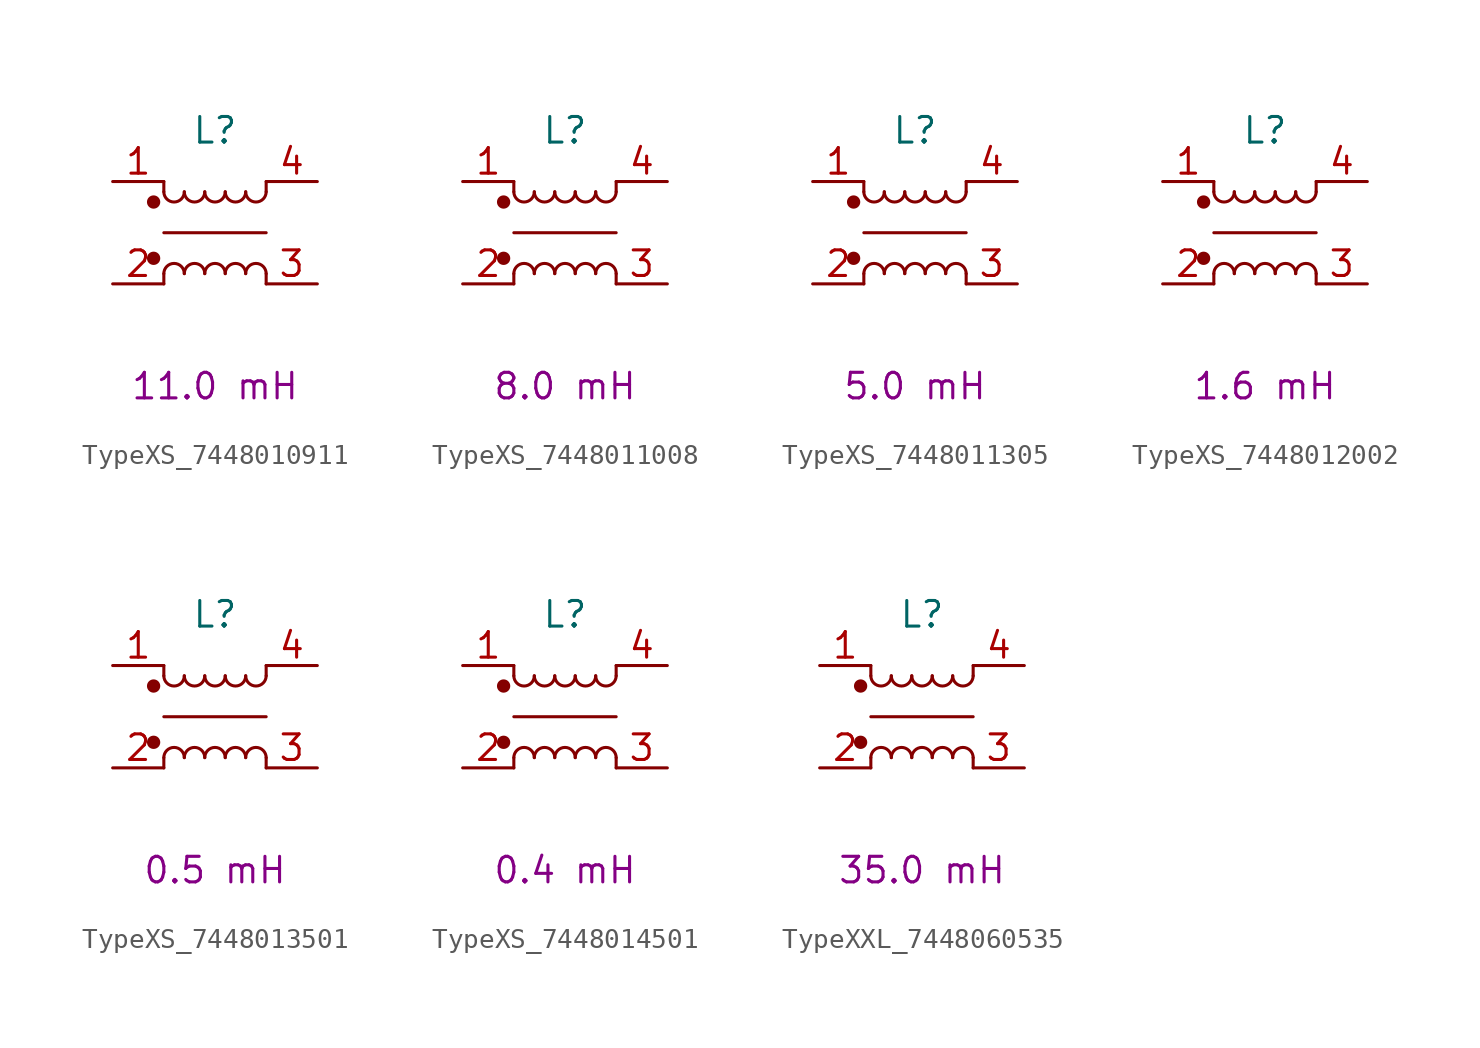
<source format=kicad_sym>
(kicad_symbol_lib
  (version 20220914)
  (generator kicad_symbol_editor)
  (symbol "TypeXS_7448010911"
    (pin_names hide)
    (property "Reference" "L"
      (at 0 5.08 0)
      (effects (font (size 1.27 1.27))))
    (property "Critical Parameter" "11.0 mH"
      (at 0 -7.62 0)
      (effects (font (size 1.27 1.27))))
    (symbol "TypeXS_7448010911_0_1"
      (circle (center -3.048 -1.27) (radius 0.254) (stroke (width 0) (type default)) (fill (type outline)))
      (circle (center -3.048 1.524) (radius 0.254) (stroke (width 0) (type default)) (fill (type outline)))
      (arc (start -2.54 2.032) (mid -2.032 1.5262) (end -1.524 2.032) (stroke (width 0) (type default)) (fill (type none)))
      (arc (start -1.524 -2.032) (mid -2.032 -1.5262) (end -2.54 -2.032) (stroke (width 0) (type default)) (fill (type none)))
      (arc (start -1.524 2.032) (mid -1.016 1.5262) (end -0.508 2.032) (stroke (width 0) (type default)) (fill (type none)))
      (arc (start -0.508 -2.032) (mid -1.016 -1.5262) (end -1.524 -2.032) (stroke (width 0) (type default)) (fill (type none)))
      (arc (start -0.508 2.032) (mid 0 1.5262) (end 0.508 2.032) (stroke (width 0) (type default)) (fill (type none)))
      (polyline (pts (xy -2.54 -2.032) (xy -2.54 -2.54)) (stroke (width 0) (type default)) (fill (type none)))
      (polyline (pts (xy -2.54 2.032) (xy -2.54 2.54)) (stroke (width 0) (type default)) (fill (type none)))
      (polyline (pts (xy 2.54 -2.032) (xy 2.54 -2.54)) (stroke (width 0) (type default)) (fill (type none)))
      (polyline (pts (xy 2.54 0) (xy -2.54 0)) (stroke (width 0) (type default)) (fill (type none)))
      (polyline (pts (xy 2.54 2.54) (xy 2.54 2.032)) (stroke (width 0) (type default)) (fill (type none)))
      (arc (start 0.508 -2.032) (mid 0 -1.5262) (end -0.508 -2.032) (stroke (width 0) (type default)) (fill (type none)))
      (arc (start 0.508 2.032) (mid 1.016 1.5262) (end 1.524 2.032) (stroke (width 0) (type default)) (fill (type none)))
      (arc (start 1.524 -2.032) (mid 1.016 -1.5262) (end 0.508 -2.032) (stroke (width 0) (type default)) (fill (type none)))
      (arc (start 1.524 2.032) (mid 2.032 1.5262) (end 2.54 2.032) (stroke (width 0) (type default)) (fill (type none)))
      (arc (start 2.54 -2.032) (mid 2.032 -1.5262) (end 1.524 -2.032) (stroke (width 0) (type default)) (fill (type none))))
    (symbol "TypeXS_7448010911_1_1"
      (pin passive line (at -5.08 2.54 0) (length 2.54) (name "1" (effects (font (size 1.27 1.27)))) (number "1" (effects (font (size 1.27 1.27)))))
      (pin passive line (at -5.08 -2.54 0) (length 2.54) (name "2" (effects (font (size 1.27 1.27)))) (number "2" (effects (font (size 1.27 1.27)))))
      (pin passive line (at 5.08 -2.54 180) (length 2.54) (name "3" (effects (font (size 1.27 1.27)))) (number "3" (effects (font (size 1.27 1.27)))))
      (pin passive line (at 5.08 2.54 180) (length 2.54) (name "4" (effects (font (size 1.27 1.27)))) (number "4" (effects (font (size 1.27 1.27)))))))
  (symbol "TypeXS_7448011008"
    (pin_names hide)
    (property "Reference" "L"
      (at 0 5.08 0)
      (effects (font (size 1.27 1.27))))
    (property "Critical Parameter" "8.0 mH"
      (at 0 -7.62 0)
      (effects (font (size 1.27 1.27))))
    (symbol "TypeXS_7448011008_0_1"
      (circle (center -3.048 -1.27) (radius 0.254) (stroke (width 0) (type default)) (fill (type outline)))
      (circle (center -3.048 1.524) (radius 0.254) (stroke (width 0) (type default)) (fill (type outline)))
      (arc (start -2.54 2.032) (mid -2.032 1.5262) (end -1.524 2.032) (stroke (width 0) (type default)) (fill (type none)))
      (arc (start -1.524 -2.032) (mid -2.032 -1.5262) (end -2.54 -2.032) (stroke (width 0) (type default)) (fill (type none)))
      (arc (start -1.524 2.032) (mid -1.016 1.5262) (end -0.508 2.032) (stroke (width 0) (type default)) (fill (type none)))
      (arc (start -0.508 -2.032) (mid -1.016 -1.5262) (end -1.524 -2.032) (stroke (width 0) (type default)) (fill (type none)))
      (arc (start -0.508 2.032) (mid 0 1.5262) (end 0.508 2.032) (stroke (width 0) (type default)) (fill (type none)))
      (polyline (pts (xy -2.54 -2.032) (xy -2.54 -2.54)) (stroke (width 0) (type default)) (fill (type none)))
      (polyline (pts (xy -2.54 2.032) (xy -2.54 2.54)) (stroke (width 0) (type default)) (fill (type none)))
      (polyline (pts (xy 2.54 -2.032) (xy 2.54 -2.54)) (stroke (width 0) (type default)) (fill (type none)))
      (polyline (pts (xy 2.54 0) (xy -2.54 0)) (stroke (width 0) (type default)) (fill (type none)))
      (polyline (pts (xy 2.54 2.54) (xy 2.54 2.032)) (stroke (width 0) (type default)) (fill (type none)))
      (arc (start 0.508 -2.032) (mid 0 -1.5262) (end -0.508 -2.032) (stroke (width 0) (type default)) (fill (type none)))
      (arc (start 0.508 2.032) (mid 1.016 1.5262) (end 1.524 2.032) (stroke (width 0) (type default)) (fill (type none)))
      (arc (start 1.524 -2.032) (mid 1.016 -1.5262) (end 0.508 -2.032) (stroke (width 0) (type default)) (fill (type none)))
      (arc (start 1.524 2.032) (mid 2.032 1.5262) (end 2.54 2.032) (stroke (width 0) (type default)) (fill (type none)))
      (arc (start 2.54 -2.032) (mid 2.032 -1.5262) (end 1.524 -2.032) (stroke (width 0) (type default)) (fill (type none))))
    (symbol "TypeXS_7448011008_1_1"
      (pin passive line (at -5.08 2.54 0) (length 2.54) (name "1" (effects (font (size 1.27 1.27)))) (number "1" (effects (font (size 1.27 1.27)))))
      (pin passive line (at -5.08 -2.54 0) (length 2.54) (name "2" (effects (font (size 1.27 1.27)))) (number "2" (effects (font (size 1.27 1.27)))))
      (pin passive line (at 5.08 -2.54 180) (length 2.54) (name "3" (effects (font (size 1.27 1.27)))) (number "3" (effects (font (size 1.27 1.27)))))
      (pin passive line (at 5.08 2.54 180) (length 2.54) (name "4" (effects (font (size 1.27 1.27)))) (number "4" (effects (font (size 1.27 1.27)))))))
  (symbol "TypeXS_7448011305"
    (pin_names hide)
    (property "Reference" "L"
      (at 0 5.08 0)
      (effects (font (size 1.27 1.27))))
    (property "Critical Parameter" "5.0 mH"
      (at 0 -7.62 0)
      (effects (font (size 1.27 1.27))))
    (symbol "TypeXS_7448011305_0_1"
      (circle (center -3.048 -1.27) (radius 0.254) (stroke (width 0) (type default)) (fill (type outline)))
      (circle (center -3.048 1.524) (radius 0.254) (stroke (width 0) (type default)) (fill (type outline)))
      (arc (start -2.54 2.032) (mid -2.032 1.5262) (end -1.524 2.032) (stroke (width 0) (type default)) (fill (type none)))
      (arc (start -1.524 -2.032) (mid -2.032 -1.5262) (end -2.54 -2.032) (stroke (width 0) (type default)) (fill (type none)))
      (arc (start -1.524 2.032) (mid -1.016 1.5262) (end -0.508 2.032) (stroke (width 0) (type default)) (fill (type none)))
      (arc (start -0.508 -2.032) (mid -1.016 -1.5262) (end -1.524 -2.032) (stroke (width 0) (type default)) (fill (type none)))
      (arc (start -0.508 2.032) (mid 0 1.5262) (end 0.508 2.032) (stroke (width 0) (type default)) (fill (type none)))
      (polyline (pts (xy -2.54 -2.032) (xy -2.54 -2.54)) (stroke (width 0) (type default)) (fill (type none)))
      (polyline (pts (xy -2.54 2.032) (xy -2.54 2.54)) (stroke (width 0) (type default)) (fill (type none)))
      (polyline (pts (xy 2.54 -2.032) (xy 2.54 -2.54)) (stroke (width 0) (type default)) (fill (type none)))
      (polyline (pts (xy 2.54 0) (xy -2.54 0)) (stroke (width 0) (type default)) (fill (type none)))
      (polyline (pts (xy 2.54 2.54) (xy 2.54 2.032)) (stroke (width 0) (type default)) (fill (type none)))
      (arc (start 0.508 -2.032) (mid 0 -1.5262) (end -0.508 -2.032) (stroke (width 0) (type default)) (fill (type none)))
      (arc (start 0.508 2.032) (mid 1.016 1.5262) (end 1.524 2.032) (stroke (width 0) (type default)) (fill (type none)))
      (arc (start 1.524 -2.032) (mid 1.016 -1.5262) (end 0.508 -2.032) (stroke (width 0) (type default)) (fill (type none)))
      (arc (start 1.524 2.032) (mid 2.032 1.5262) (end 2.54 2.032) (stroke (width 0) (type default)) (fill (type none)))
      (arc (start 2.54 -2.032) (mid 2.032 -1.5262) (end 1.524 -2.032) (stroke (width 0) (type default)) (fill (type none))))
    (symbol "TypeXS_7448011305_1_1"
      (pin passive line (at -5.08 2.54 0) (length 2.54) (name "1" (effects (font (size 1.27 1.27)))) (number "1" (effects (font (size 1.27 1.27)))))
      (pin passive line (at -5.08 -2.54 0) (length 2.54) (name "2" (effects (font (size 1.27 1.27)))) (number "2" (effects (font (size 1.27 1.27)))))
      (pin passive line (at 5.08 -2.54 180) (length 2.54) (name "3" (effects (font (size 1.27 1.27)))) (number "3" (effects (font (size 1.27 1.27)))))
      (pin passive line (at 5.08 2.54 180) (length 2.54) (name "4" (effects (font (size 1.27 1.27)))) (number "4" (effects (font (size 1.27 1.27)))))))
  (symbol "TypeXS_7448012002"
    (pin_names hide)
    (property "Reference" "L"
      (at 0 5.08 0)
      (effects (font (size 1.27 1.27))))
    (property "Critical Parameter" "1.6 mH"
      (at 0 -7.62 0)
      (effects (font (size 1.27 1.27))))
    (symbol "TypeXS_7448012002_0_1"
      (circle (center -3.048 -1.27) (radius 0.254) (stroke (width 0) (type default)) (fill (type outline)))
      (circle (center -3.048 1.524) (radius 0.254) (stroke (width 0) (type default)) (fill (type outline)))
      (arc (start -2.54 2.032) (mid -2.032 1.5262) (end -1.524 2.032) (stroke (width 0) (type default)) (fill (type none)))
      (arc (start -1.524 -2.032) (mid -2.032 -1.5262) (end -2.54 -2.032) (stroke (width 0) (type default)) (fill (type none)))
      (arc (start -1.524 2.032) (mid -1.016 1.5262) (end -0.508 2.032) (stroke (width 0) (type default)) (fill (type none)))
      (arc (start -0.508 -2.032) (mid -1.016 -1.5262) (end -1.524 -2.032) (stroke (width 0) (type default)) (fill (type none)))
      (arc (start -0.508 2.032) (mid 0 1.5262) (end 0.508 2.032) (stroke (width 0) (type default)) (fill (type none)))
      (polyline (pts (xy -2.54 -2.032) (xy -2.54 -2.54)) (stroke (width 0) (type default)) (fill (type none)))
      (polyline (pts (xy -2.54 2.032) (xy -2.54 2.54)) (stroke (width 0) (type default)) (fill (type none)))
      (polyline (pts (xy 2.54 -2.032) (xy 2.54 -2.54)) (stroke (width 0) (type default)) (fill (type none)))
      (polyline (pts (xy 2.54 0) (xy -2.54 0)) (stroke (width 0) (type default)) (fill (type none)))
      (polyline (pts (xy 2.54 2.54) (xy 2.54 2.032)) (stroke (width 0) (type default)) (fill (type none)))
      (arc (start 0.508 -2.032) (mid 0 -1.5262) (end -0.508 -2.032) (stroke (width 0) (type default)) (fill (type none)))
      (arc (start 0.508 2.032) (mid 1.016 1.5262) (end 1.524 2.032) (stroke (width 0) (type default)) (fill (type none)))
      (arc (start 1.524 -2.032) (mid 1.016 -1.5262) (end 0.508 -2.032) (stroke (width 0) (type default)) (fill (type none)))
      (arc (start 1.524 2.032) (mid 2.032 1.5262) (end 2.54 2.032) (stroke (width 0) (type default)) (fill (type none)))
      (arc (start 2.54 -2.032) (mid 2.032 -1.5262) (end 1.524 -2.032) (stroke (width 0) (type default)) (fill (type none))))
    (symbol "TypeXS_7448012002_1_1"
      (pin passive line (at -5.08 2.54 0) (length 2.54) (name "1" (effects (font (size 1.27 1.27)))) (number "1" (effects (font (size 1.27 1.27)))))
      (pin passive line (at -5.08 -2.54 0) (length 2.54) (name "2" (effects (font (size 1.27 1.27)))) (number "2" (effects (font (size 1.27 1.27)))))
      (pin passive line (at 5.08 -2.54 180) (length 2.54) (name "3" (effects (font (size 1.27 1.27)))) (number "3" (effects (font (size 1.27 1.27)))))
      (pin passive line (at 5.08 2.54 180) (length 2.54) (name "4" (effects (font (size 1.27 1.27)))) (number "4" (effects (font (size 1.27 1.27)))))))
  (symbol "TypeXS_7448013501"
    (pin_names hide)
    (property "Reference" "L"
      (at 0 5.08 0)
      (effects (font (size 1.27 1.27))))
    (property "Critical Parameter" "0.5 mH"
      (at 0 -7.62 0)
      (effects (font (size 1.27 1.27))))
    (symbol "TypeXS_7448013501_0_1"
      (circle (center -3.048 -1.27) (radius 0.254) (stroke (width 0) (type default)) (fill (type outline)))
      (circle (center -3.048 1.524) (radius 0.254) (stroke (width 0) (type default)) (fill (type outline)))
      (arc (start -2.54 2.032) (mid -2.032 1.5262) (end -1.524 2.032) (stroke (width 0) (type default)) (fill (type none)))
      (arc (start -1.524 -2.032) (mid -2.032 -1.5262) (end -2.54 -2.032) (stroke (width 0) (type default)) (fill (type none)))
      (arc (start -1.524 2.032) (mid -1.016 1.5262) (end -0.508 2.032) (stroke (width 0) (type default)) (fill (type none)))
      (arc (start -0.508 -2.032) (mid -1.016 -1.5262) (end -1.524 -2.032) (stroke (width 0) (type default)) (fill (type none)))
      (arc (start -0.508 2.032) (mid 0 1.5262) (end 0.508 2.032) (stroke (width 0) (type default)) (fill (type none)))
      (polyline (pts (xy -2.54 -2.032) (xy -2.54 -2.54)) (stroke (width 0) (type default)) (fill (type none)))
      (polyline (pts (xy -2.54 2.032) (xy -2.54 2.54)) (stroke (width 0) (type default)) (fill (type none)))
      (polyline (pts (xy 2.54 -2.032) (xy 2.54 -2.54)) (stroke (width 0) (type default)) (fill (type none)))
      (polyline (pts (xy 2.54 0) (xy -2.54 0)) (stroke (width 0) (type default)) (fill (type none)))
      (polyline (pts (xy 2.54 2.54) (xy 2.54 2.032)) (stroke (width 0) (type default)) (fill (type none)))
      (arc (start 0.508 -2.032) (mid 0 -1.5262) (end -0.508 -2.032) (stroke (width 0) (type default)) (fill (type none)))
      (arc (start 0.508 2.032) (mid 1.016 1.5262) (end 1.524 2.032) (stroke (width 0) (type default)) (fill (type none)))
      (arc (start 1.524 -2.032) (mid 1.016 -1.5262) (end 0.508 -2.032) (stroke (width 0) (type default)) (fill (type none)))
      (arc (start 1.524 2.032) (mid 2.032 1.5262) (end 2.54 2.032) (stroke (width 0) (type default)) (fill (type none)))
      (arc (start 2.54 -2.032) (mid 2.032 -1.5262) (end 1.524 -2.032) (stroke (width 0) (type default)) (fill (type none))))
    (symbol "TypeXS_7448013501_1_1"
      (pin passive line (at -5.08 2.54 0) (length 2.54) (name "1" (effects (font (size 1.27 1.27)))) (number "1" (effects (font (size 1.27 1.27)))))
      (pin passive line (at -5.08 -2.54 0) (length 2.54) (name "2" (effects (font (size 1.27 1.27)))) (number "2" (effects (font (size 1.27 1.27)))))
      (pin passive line (at 5.08 -2.54 180) (length 2.54) (name "3" (effects (font (size 1.27 1.27)))) (number "3" (effects (font (size 1.27 1.27)))))
      (pin passive line (at 5.08 2.54 180) (length 2.54) (name "4" (effects (font (size 1.27 1.27)))) (number "4" (effects (font (size 1.27 1.27)))))))
  (symbol "TypeXS_7448014501"
    (pin_names hide)
    (property "Reference" "L"
      (at 0 5.08 0)
      (effects (font (size 1.27 1.27))))
    (property "Critical Parameter" "0.4 mH"
      (at 0 -7.62 0)
      (effects (font (size 1.27 1.27))))
    (symbol "TypeXS_7448014501_0_1"
      (circle (center -3.048 -1.27) (radius 0.254) (stroke (width 0) (type default)) (fill (type outline)))
      (circle (center -3.048 1.524) (radius 0.254) (stroke (width 0) (type default)) (fill (type outline)))
      (arc (start -2.54 2.032) (mid -2.032 1.5262) (end -1.524 2.032) (stroke (width 0) (type default)) (fill (type none)))
      (arc (start -1.524 -2.032) (mid -2.032 -1.5262) (end -2.54 -2.032) (stroke (width 0) (type default)) (fill (type none)))
      (arc (start -1.524 2.032) (mid -1.016 1.5262) (end -0.508 2.032) (stroke (width 0) (type default)) (fill (type none)))
      (arc (start -0.508 -2.032) (mid -1.016 -1.5262) (end -1.524 -2.032) (stroke (width 0) (type default)) (fill (type none)))
      (arc (start -0.508 2.032) (mid 0 1.5262) (end 0.508 2.032) (stroke (width 0) (type default)) (fill (type none)))
      (polyline (pts (xy -2.54 -2.032) (xy -2.54 -2.54)) (stroke (width 0) (type default)) (fill (type none)))
      (polyline (pts (xy -2.54 2.032) (xy -2.54 2.54)) (stroke (width 0) (type default)) (fill (type none)))
      (polyline (pts (xy 2.54 -2.032) (xy 2.54 -2.54)) (stroke (width 0) (type default)) (fill (type none)))
      (polyline (pts (xy 2.54 0) (xy -2.54 0)) (stroke (width 0) (type default)) (fill (type none)))
      (polyline (pts (xy 2.54 2.54) (xy 2.54 2.032)) (stroke (width 0) (type default)) (fill (type none)))
      (arc (start 0.508 -2.032) (mid 0 -1.5262) (end -0.508 -2.032) (stroke (width 0) (type default)) (fill (type none)))
      (arc (start 0.508 2.032) (mid 1.016 1.5262) (end 1.524 2.032) (stroke (width 0) (type default)) (fill (type none)))
      (arc (start 1.524 -2.032) (mid 1.016 -1.5262) (end 0.508 -2.032) (stroke (width 0) (type default)) (fill (type none)))
      (arc (start 1.524 2.032) (mid 2.032 1.5262) (end 2.54 2.032) (stroke (width 0) (type default)) (fill (type none)))
      (arc (start 2.54 -2.032) (mid 2.032 -1.5262) (end 1.524 -2.032) (stroke (width 0) (type default)) (fill (type none))))
    (symbol "TypeXS_7448014501_1_1"
      (pin passive line (at -5.08 2.54 0) (length 2.54) (name "1" (effects (font (size 1.27 1.27)))) (number "1" (effects (font (size 1.27 1.27)))))
      (pin passive line (at -5.08 -2.54 0) (length 2.54) (name "2" (effects (font (size 1.27 1.27)))) (number "2" (effects (font (size 1.27 1.27)))))
      (pin passive line (at 5.08 -2.54 180) (length 2.54) (name "3" (effects (font (size 1.27 1.27)))) (number "3" (effects (font (size 1.27 1.27)))))
      (pin passive line (at 5.08 2.54 180) (length 2.54) (name "4" (effects (font (size 1.27 1.27)))) (number "4" (effects (font (size 1.27 1.27)))))))
  (symbol "TypeXXL_7448060535"
    (pin_names hide)
    (property "Reference" "L"
      (at 0 5.08 0)
      (effects (font (size 1.27 1.27))))
    (property "Critical Parameter" "35.0 mH"
      (at 0 -7.62 0)
      (effects (font (size 1.27 1.27))))
    (symbol "TypeXXL_7448060535_0_1"
      (circle (center -3.048 -1.27) (radius 0.254) (stroke (width 0) (type default)) (fill (type outline)))
      (circle (center -3.048 1.524) (radius 0.254) (stroke (width 0) (type default)) (fill (type outline)))
      (arc (start -2.54 2.032) (mid -2.032 1.5262) (end -1.524 2.032) (stroke (width 0) (type default)) (fill (type none)))
      (arc (start -1.524 -2.032) (mid -2.032 -1.5262) (end -2.54 -2.032) (stroke (width 0) (type default)) (fill (type none)))
      (arc (start -1.524 2.032) (mid -1.016 1.5262) (end -0.508 2.032) (stroke (width 0) (type default)) (fill (type none)))
      (arc (start -0.508 -2.032) (mid -1.016 -1.5262) (end -1.524 -2.032) (stroke (width 0) (type default)) (fill (type none)))
      (arc (start -0.508 2.032) (mid 0 1.5262) (end 0.508 2.032) (stroke (width 0) (type default)) (fill (type none)))
      (polyline (pts (xy -2.54 -2.032) (xy -2.54 -2.54)) (stroke (width 0) (type default)) (fill (type none)))
      (polyline (pts (xy -2.54 2.032) (xy -2.54 2.54)) (stroke (width 0) (type default)) (fill (type none)))
      (polyline (pts (xy 2.54 -2.032) (xy 2.54 -2.54)) (stroke (width 0) (type default)) (fill (type none)))
      (polyline (pts (xy 2.54 0) (xy -2.54 0)) (stroke (width 0) (type default)) (fill (type none)))
      (polyline (pts (xy 2.54 2.54) (xy 2.54 2.032)) (stroke (width 0) (type default)) (fill (type none)))
      (arc (start 0.508 -2.032) (mid 0 -1.5262) (end -0.508 -2.032) (stroke (width 0) (type default)) (fill (type none)))
      (arc (start 0.508 2.032) (mid 1.016 1.5262) (end 1.524 2.032) (stroke (width 0) (type default)) (fill (type none)))
      (arc (start 1.524 -2.032) (mid 1.016 -1.5262) (end 0.508 -2.032) (stroke (width 0) (type default)) (fill (type none)))
      (arc (start 1.524 2.032) (mid 2.032 1.5262) (end 2.54 2.032) (stroke (width 0) (type default)) (fill (type none)))
      (arc (start 2.54 -2.032) (mid 2.032 -1.5262) (end 1.524 -2.032) (stroke (width 0) (type default)) (fill (type none))))
    (symbol "TypeXXL_7448060535_1_1"
      (pin passive line (at -5.08 2.54 0) (length 2.54) (name "1" (effects (font (size 1.27 1.27)))) (number "1" (effects (font (size 1.27 1.27)))))
      (pin passive line (at -5.08 -2.54 0) (length 2.54) (name "2" (effects (font (size 1.27 1.27)))) (number "2" (effects (font (size 1.27 1.27)))))
      (pin passive line (at 5.08 -2.54 180) (length 2.54) (name "3" (effects (font (size 1.27 1.27)))) (number "3" (effects (font (size 1.27 1.27)))))
      (pin passive line (at 5.08 2.54 180) (length 2.54) (name "4" (effects (font (size 1.27 1.27)))) (number "4" (effects (font (size 1.27 1.27))))))))
</source>
